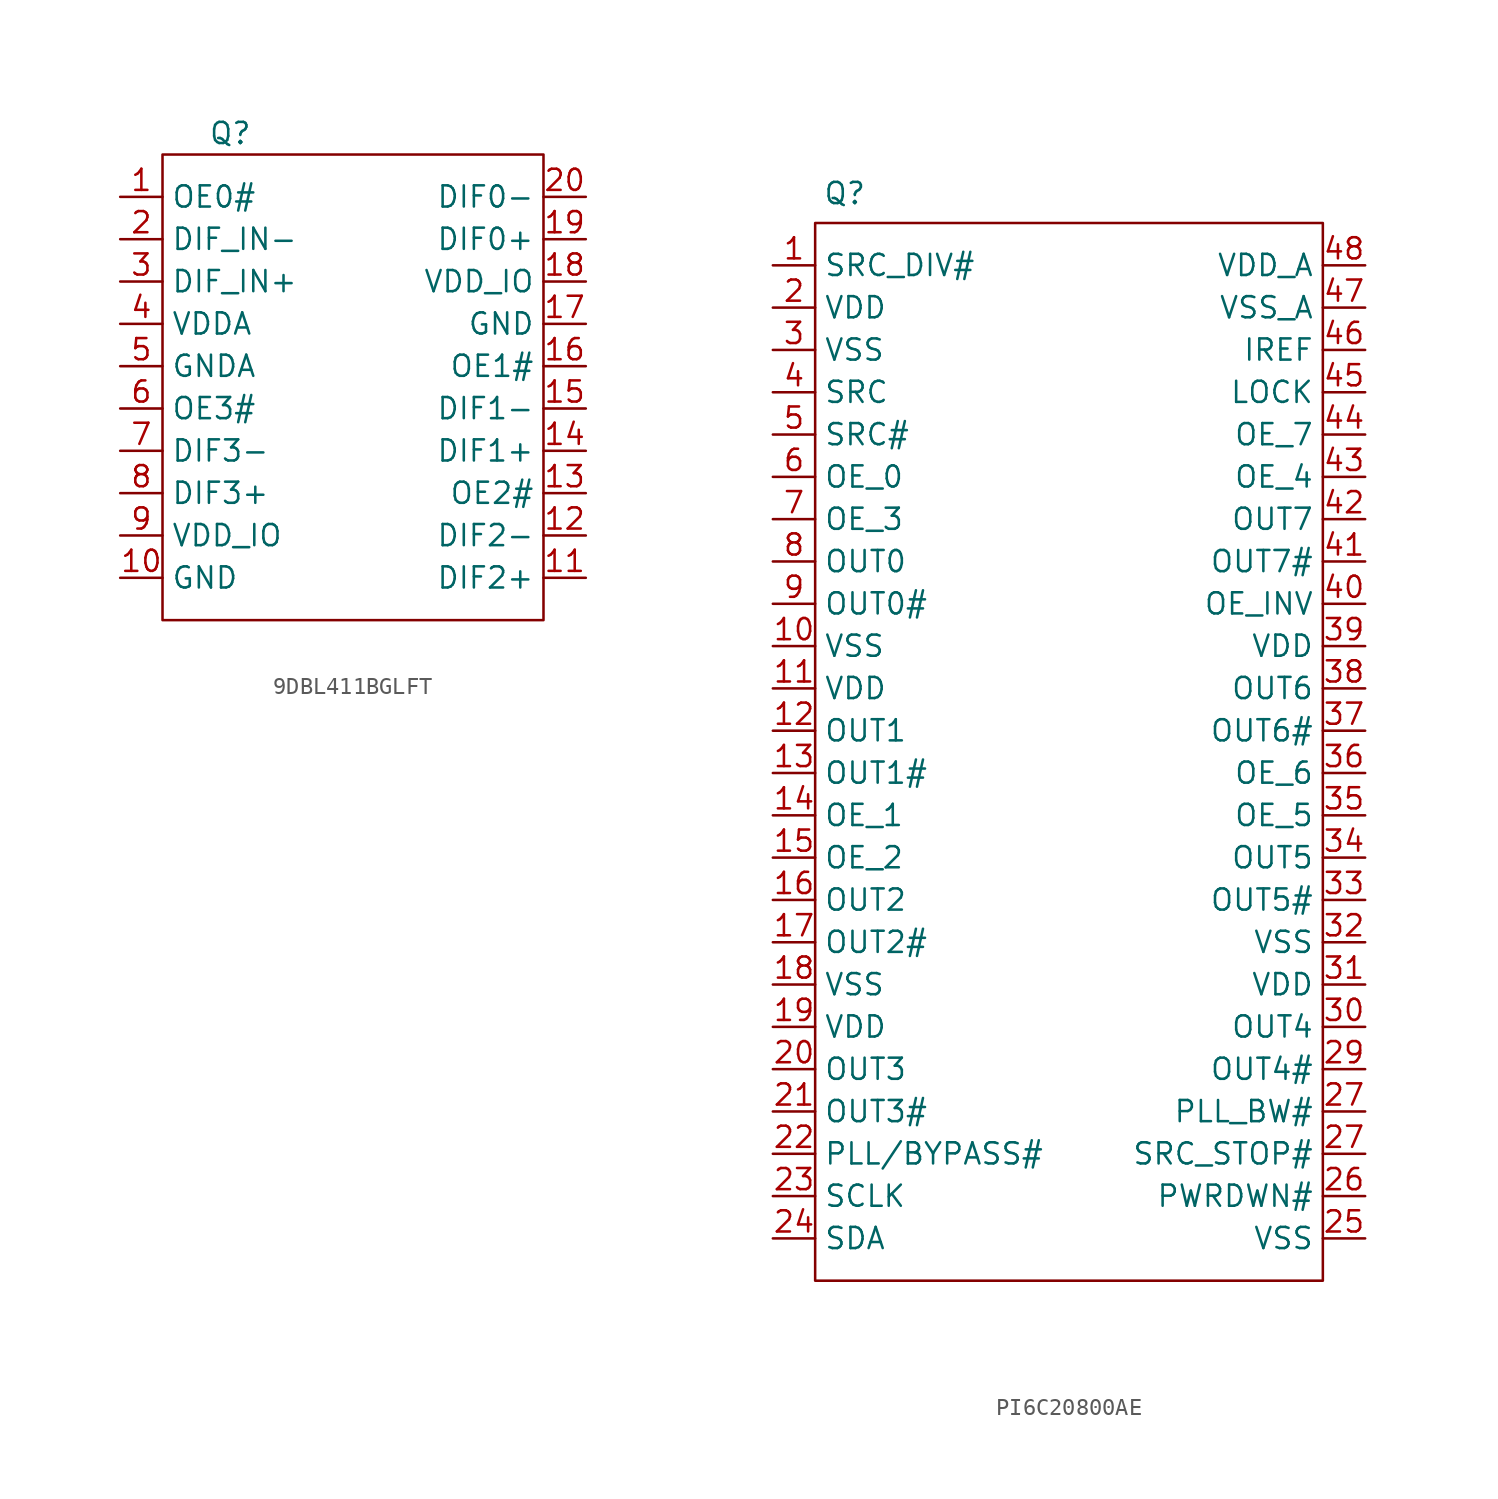
<source format=kicad_sym>
(kicad_symbol_lib
  (version 20231120)
  (generator "kicad_symbol_editor")
  (generator_version "8.0")
  (symbol "9DBL411BGLFT"
    (property "Reference" "Q"
      (at -7.366 13.97 0)
      (effects (font (size 1.27 1.27))))
    (property "Value" ""
      (at -2.54 0 0)
      (effects (font (size 1.27 1.27))))
    (symbol "9DBL411BGLFT_1_1"
      (rectangle (start -11.43 12.7) (end 11.43 -15.24) (stroke (width 0) (type default)) (fill (type none)))
      (pin input line (at -13.97 10.16 0) (length 2.54) (name "OE0#" (effects (font (size 1.27 1.27)))) (number "1" (effects (font (size 1.27 1.27)))))
      (pin power_in line (at -13.97 -12.7 0) (length 2.54) (name "GND" (effects (font (size 1.27 1.27)))) (number "10" (effects (font (size 1.27 1.27)))))
      (pin output line (at 13.97 -12.7 180) (length 2.54) (name "DIF2+" (effects (font (size 1.27 1.27)))) (number "11" (effects (font (size 1.27 1.27)))))
      (pin output line (at 13.97 -10.16 180) (length 2.54) (name "DIF2-" (effects (font (size 1.27 1.27)))) (number "12" (effects (font (size 1.27 1.27)))))
      (pin input line (at 13.97 -7.62 180) (length 2.54) (name "OE2#" (effects (font (size 1.27 1.27)))) (number "13" (effects (font (size 1.27 1.27)))))
      (pin output line (at 13.97 -5.08 180) (length 2.54) (name "DIF1+" (effects (font (size 1.27 1.27)))) (number "14" (effects (font (size 1.27 1.27)))))
      (pin output line (at 13.97 -2.54 180) (length 2.54) (name "DIF1-" (effects (font (size 1.27 1.27)))) (number "15" (effects (font (size 1.27 1.27)))))
      (pin input line (at 13.97 0 180) (length 2.54) (name "OE1#" (effects (font (size 1.27 1.27)))) (number "16" (effects (font (size 1.27 1.27)))))
      (pin power_in line (at 13.97 2.54 180) (length 2.54) (name "GND" (effects (font (size 1.27 1.27)))) (number "17" (effects (font (size 1.27 1.27)))))
      (pin power_in line (at 13.97 5.08 180) (length 2.54) (name "VDD_IO" (effects (font (size 1.27 1.27)))) (number "18" (effects (font (size 1.27 1.27)))))
      (pin output line (at 13.97 7.62 180) (length 2.54) (name "DIF0+" (effects (font (size 1.27 1.27)))) (number "19" (effects (font (size 1.27 1.27)))))
      (pin input line (at -13.97 7.62 0) (length 2.54) (name "DIF_IN-" (effects (font (size 1.27 1.27)))) (number "2" (effects (font (size 1.27 1.27)))))
      (pin output line (at 13.97 10.16 180) (length 2.54) (name "DIF0-" (effects (font (size 1.27 1.27)))) (number "20" (effects (font (size 1.27 1.27)))))
      (pin input line (at -13.97 5.08 0) (length 2.54) (name "DIF_IN+" (effects (font (size 1.27 1.27)))) (number "3" (effects (font (size 1.27 1.27)))))
      (pin power_in line (at -13.97 2.54 0) (length 2.54) (name "VDDA" (effects (font (size 1.27 1.27)))) (number "4" (effects (font (size 1.27 1.27)))))
      (pin power_in line (at -13.97 0 0) (length 2.54) (name "GNDA" (effects (font (size 1.27 1.27)))) (number "5" (effects (font (size 1.27 1.27)))))
      (pin input line (at -13.97 -2.54 0) (length 2.54) (name "OE3#" (effects (font (size 1.27 1.27)))) (number "6" (effects (font (size 1.27 1.27)))))
      (pin output line (at -13.97 -5.08 0) (length 2.54) (name "DIF3-" (effects (font (size 1.27 1.27)))) (number "7" (effects (font (size 1.27 1.27)))))
      (pin output line (at -13.97 -7.62 0) (length 2.54) (name "DIF3+" (effects (font (size 1.27 1.27)))) (number "8" (effects (font (size 1.27 1.27)))))
      (pin power_in line (at -13.97 -10.16 0) (length 2.54) (name "VDD_IO" (effects (font (size 1.27 1.27)))) (number "9" (effects (font (size 1.27 1.27)))))))
  (symbol "PI6C20800AE"
    (property "Reference" "Q"
      (at -13.462 33.528 0)
      (effects (font (size 1.27 1.27))))
    (symbol "PI6C20800AE_0_1"
      (rectangle (start -15.24 31.75) (end 15.24 -31.75) (stroke (width 0) (type default)) (fill (type none))))
    (symbol "PI6C20800AE_1_1"
      (pin input line (at -17.78 29.21 0) (length 2.54) (name "SRC_DIV#" (effects (font (size 1.27 1.27)))) (number "1" (effects (font (size 1.27 1.27)))))
      (pin power_in line (at -17.78 6.35 0) (length 2.54) (name "VSS" (effects (font (size 1.27 1.27)))) (number "10" (effects (font (size 1.27 1.27)))))
      (pin power_in line (at -17.78 3.81 0) (length 2.54) (name "VDD" (effects (font (size 1.27 1.27)))) (number "11" (effects (font (size 1.27 1.27)))))
      (pin output line (at -17.78 1.27 0) (length 2.54) (name "OUT1" (effects (font (size 1.27 1.27)))) (number "12" (effects (font (size 1.27 1.27)))))
      (pin output line (at -17.78 -1.27 0) (length 2.54) (name "OUT1#" (effects (font (size 1.27 1.27)))) (number "13" (effects (font (size 1.27 1.27)))))
      (pin input line (at -17.78 -3.81 0) (length 2.54) (name "OE_1" (effects (font (size 1.27 1.27)))) (number "14" (effects (font (size 1.27 1.27)))))
      (pin input line (at -17.78 -6.35 0) (length 2.54) (name "OE_2" (effects (font (size 1.27 1.27)))) (number "15" (effects (font (size 1.27 1.27)))))
      (pin output line (at -17.78 -8.89 0) (length 2.54) (name "OUT2" (effects (font (size 1.27 1.27)))) (number "16" (effects (font (size 1.27 1.27)))))
      (pin output line (at -17.78 -11.43 0) (length 2.54) (name "OUT2#" (effects (font (size 1.27 1.27)))) (number "17" (effects (font (size 1.27 1.27)))))
      (pin power_in line (at -17.78 -13.97 0) (length 2.54) (name "VSS" (effects (font (size 1.27 1.27)))) (number "18" (effects (font (size 1.27 1.27)))))
      (pin power_in line (at -17.78 -16.51 0) (length 2.54) (name "VDD" (effects (font (size 1.27 1.27)))) (number "19" (effects (font (size 1.27 1.27)))))
      (pin power_in line (at -17.78 26.67 0) (length 2.54) (name "VDD" (effects (font (size 1.27 1.27)))) (number "2" (effects (font (size 1.27 1.27)))))
      (pin output line (at -17.78 -19.05 0) (length 2.54) (name "OUT3" (effects (font (size 1.27 1.27)))) (number "20" (effects (font (size 1.27 1.27)))))
      (pin output line (at -17.78 -21.59 0) (length 2.54) (name "OUT3#" (effects (font (size 1.27 1.27)))) (number "21" (effects (font (size 1.27 1.27)))))
      (pin input line (at -17.78 -24.13 0) (length 2.54) (name "PLL/BYPASS#" (effects (font (size 1.27 1.27)))) (number "22" (effects (font (size 1.27 1.27)))))
      (pin input line (at -17.78 -26.67 0) (length 2.54) (name "SCLK" (effects (font (size 1.27 1.27)))) (number "23" (effects (font (size 1.27 1.27)))))
      (pin bidirectional line (at -17.78 -29.21 0) (length 2.54) (name "SDA" (effects (font (size 1.27 1.27)))) (number "24" (effects (font (size 1.27 1.27)))))
      (pin power_in line (at 17.78 -29.21 180) (length 2.54) (name "VSS" (effects (font (size 1.27 1.27)))) (number "25" (effects (font (size 1.27 1.27)))))
      (pin input line (at 17.78 -26.67 180) (length 2.54) (name "PWRDWN#" (effects (font (size 1.27 1.27)))) (number "26" (effects (font (size 1.27 1.27)))))
      (pin input line (at 17.78 -21.59 180) (length 2.54) (name "PLL_BW#" (effects (font (size 1.27 1.27)))) (number "27" (effects (font (size 1.27 1.27)))))
      (pin input line (at 17.78 -24.13 180) (length 2.54) (name "SRC_STOP#" (effects (font (size 1.27 1.27)))) (number "27" (effects (font (size 1.27 1.27)))))
      (pin output line (at 17.78 -19.05 180) (length 2.54) (name "OUT4#" (effects (font (size 1.27 1.27)))) (number "29" (effects (font (size 1.27 1.27)))))
      (pin power_in line (at -17.78 24.13 0) (length 2.54) (name "VSS" (effects (font (size 1.27 1.27)))) (number "3" (effects (font (size 1.27 1.27)))))
      (pin output line (at 17.78 -16.51 180) (length 2.54) (name "OUT4" (effects (font (size 1.27 1.27)))) (number "30" (effects (font (size 1.27 1.27)))))
      (pin power_in line (at 17.78 -13.97 180) (length 2.54) (name "VDD" (effects (font (size 1.27 1.27)))) (number "31" (effects (font (size 1.27 1.27)))))
      (pin power_in line (at 17.78 -11.43 180) (length 2.54) (name "VSS" (effects (font (size 1.27 1.27)))) (number "32" (effects (font (size 1.27 1.27)))))
      (pin output line (at 17.78 -8.89 180) (length 2.54) (name "OUT5#" (effects (font (size 1.27 1.27)))) (number "33" (effects (font (size 1.27 1.27)))))
      (pin output line (at 17.78 -6.35 180) (length 2.54) (name "OUT5" (effects (font (size 1.27 1.27)))) (number "34" (effects (font (size 1.27 1.27)))))
      (pin input line (at 17.78 -3.81 180) (length 2.54) (name "OE_5" (effects (font (size 1.27 1.27)))) (number "35" (effects (font (size 1.27 1.27)))))
      (pin input line (at 17.78 -1.27 180) (length 2.54) (name "OE_6" (effects (font (size 1.27 1.27)))) (number "36" (effects (font (size 1.27 1.27)))))
      (pin output line (at 17.78 1.27 180) (length 2.54) (name "OUT6#" (effects (font (size 1.27 1.27)))) (number "37" (effects (font (size 1.27 1.27)))))
      (pin output line (at 17.78 3.81 180) (length 2.54) (name "OUT6" (effects (font (size 1.27 1.27)))) (number "38" (effects (font (size 1.27 1.27)))))
      (pin power_in line (at 17.78 6.35 180) (length 2.54) (name "VDD" (effects (font (size 1.27 1.27)))) (number "39" (effects (font (size 1.27 1.27)))))
      (pin input line (at -17.78 21.59 0) (length 2.54) (name "SRC" (effects (font (size 1.27 1.27)))) (number "4" (effects (font (size 1.27 1.27)))))
      (pin input line (at 17.78 8.89 180) (length 2.54) (name "OE_INV" (effects (font (size 1.27 1.27)))) (number "40" (effects (font (size 1.27 1.27)))))
      (pin output line (at 17.78 11.43 180) (length 2.54) (name "OUT7#" (effects (font (size 1.27 1.27)))) (number "41" (effects (font (size 1.27 1.27)))))
      (pin output line (at 17.78 13.97 180) (length 2.54) (name "OUT7" (effects (font (size 1.27 1.27)))) (number "42" (effects (font (size 1.27 1.27)))))
      (pin input line (at 17.78 16.51 180) (length 2.54) (name "OE_4" (effects (font (size 1.27 1.27)))) (number "43" (effects (font (size 1.27 1.27)))))
      (pin input line (at 17.78 19.05 180) (length 2.54) (name "OE_7" (effects (font (size 1.27 1.27)))) (number "44" (effects (font (size 1.27 1.27)))))
      (pin input line (at 17.78 21.59 180) (length 2.54) (name "LOCK" (effects (font (size 1.27 1.27)))) (number "45" (effects (font (size 1.27 1.27)))))
      (pin input line (at 17.78 24.13 180) (length 2.54) (name "IREF" (effects (font (size 1.27 1.27)))) (number "46" (effects (font (size 1.27 1.27)))))
      (pin power_in line (at 17.78 26.67 180) (length 2.54) (name "VSS_A" (effects (font (size 1.27 1.27)))) (number "47" (effects (font (size 1.27 1.27)))))
      (pin power_in line (at 17.78 29.21 180) (length 2.54) (name "VDD_A" (effects (font (size 1.27 1.27)))) (number "48" (effects (font (size 1.27 1.27)))))
      (pin input line (at -17.78 19.05 0) (length 2.54) (name "SRC#" (effects (font (size 1.27 1.27)))) (number "5" (effects (font (size 1.27 1.27)))))
      (pin input line (at -17.78 16.51 0) (length 2.54) (name "OE_0" (effects (font (size 1.27 1.27)))) (number "6" (effects (font (size 1.27 1.27)))))
      (pin input line (at -17.78 13.97 0) (length 2.54) (name "OE_3" (effects (font (size 1.27 1.27)))) (number "7" (effects (font (size 1.27 1.27)))))
      (pin output line (at -17.78 11.43 0) (length 2.54) (name "OUT0" (effects (font (size 1.27 1.27)))) (number "8" (effects (font (size 1.27 1.27)))))
      (pin output line (at -17.78 8.89 0) (length 2.54) (name "OUT0#" (effects (font (size 1.27 1.27)))) (number "9" (effects (font (size 1.27 1.27))))))))
</source>
